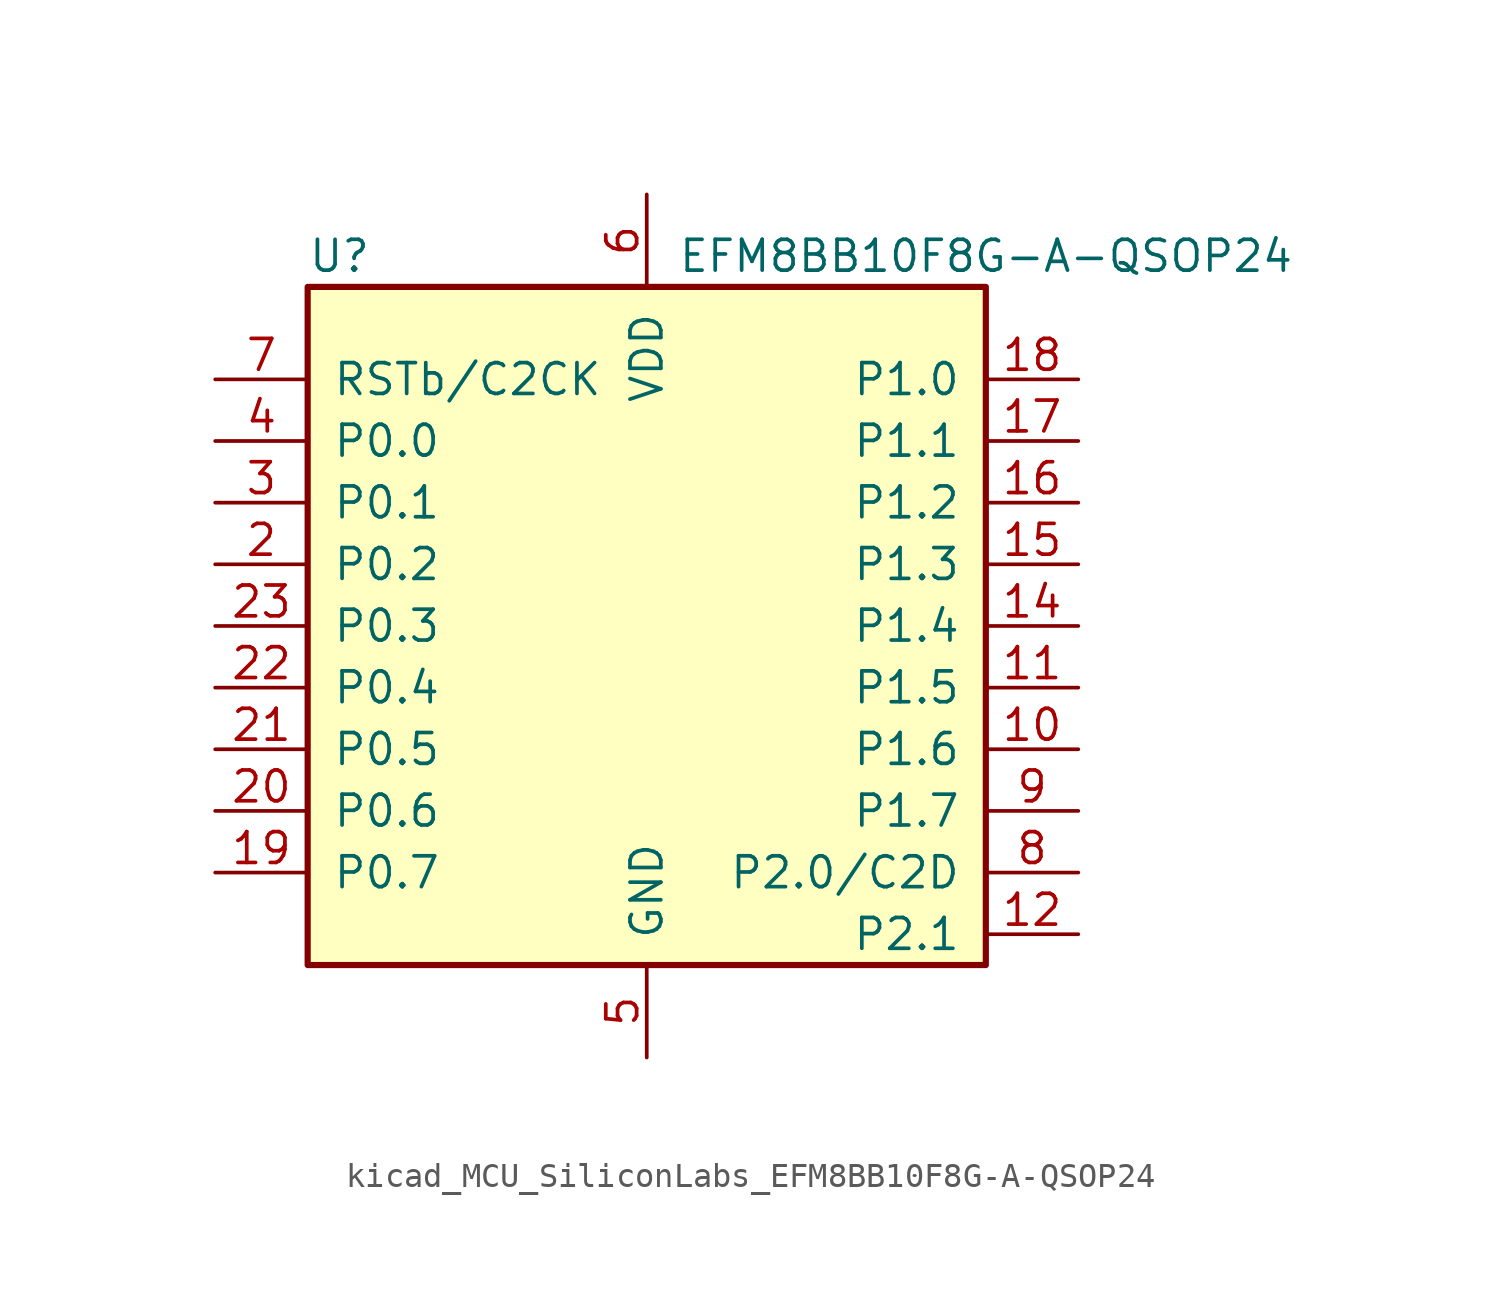
<source format=kicad_sym>
(kicad_symbol_lib
  (version 20220914)
  (generator kicad_symbol_editor)
  (symbol "kicad_MCU_SiliconLabs_EFM8BB10F8G-A-QSOP24"
    (pin_names
      (offset 1.016))
    (property "Reference" "U"
      (at -13.97 15.24 0)
      (effects (font (size 1.27 1.27)) (justify left)))
    (property "Value" "EFM8BB10F8G-A-QSOP24"
      (at 1.27 15.24 0)
      (effects (font (size 1.27 1.27)) (justify left)))
    (symbol "kicad_MCU_SiliconLabs_EFM8BB10F8G-A-QSOP24_0_1"
      (rectangle (start -13.97 13.97) (end 13.97 -13.97) (stroke (width 0.254) (type default)) (fill (type background)))
      (pin no_connect line (at 0 2.54 0) (length 3.81) hide (name "NC" (effects (font (size 1.27 1.27)))) (number "1" (effects (font (size 1.27 1.27)))))
      (pin bidirectional line (at 17.78 -5.08 180) (length 3.81) (name "P1.6" (effects (font (size 1.27 1.27)))) (number "10" (effects (font (size 1.27 1.27)))))
      (pin bidirectional line (at 17.78 -2.54 180) (length 3.81) (name "P1.5" (effects (font (size 1.27 1.27)))) (number "11" (effects (font (size 1.27 1.27)))))
      (pin bidirectional line (at 17.78 -12.7 180) (length 3.81) (name "P2.1" (effects (font (size 1.27 1.27)))) (number "12" (effects (font (size 1.27 1.27)))))
      (pin no_connect line (at 0 0 0) (length 3.81) hide (name "NC" (effects (font (size 1.27 1.27)))) (number "13" (effects (font (size 1.27 1.27)))))
      (pin bidirectional line (at 17.78 0 180) (length 3.81) (name "P1.4" (effects (font (size 1.27 1.27)))) (number "14" (effects (font (size 1.27 1.27)))))
      (pin bidirectional line (at 17.78 2.54 180) (length 3.81) (name "P1.3" (effects (font (size 1.27 1.27)))) (number "15" (effects (font (size 1.27 1.27)))))
      (pin bidirectional line (at 17.78 5.08 180) (length 3.81) (name "P1.2" (effects (font (size 1.27 1.27)))) (number "16" (effects (font (size 1.27 1.27)))))
      (pin bidirectional line (at 17.78 7.62 180) (length 3.81) (name "P1.1" (effects (font (size 1.27 1.27)))) (number "17" (effects (font (size 1.27 1.27)))))
      (pin bidirectional line (at 17.78 10.16 180) (length 3.81) (name "P1.0" (effects (font (size 1.27 1.27)))) (number "18" (effects (font (size 1.27 1.27)))))
      (pin bidirectional line (at -17.78 -10.16 0) (length 3.81) (name "P0.7" (effects (font (size 1.27 1.27)))) (number "19" (effects (font (size 1.27 1.27)))))
      (pin bidirectional line (at -17.78 2.54 0) (length 3.81) (name "P0.2" (effects (font (size 1.27 1.27)))) (number "2" (effects (font (size 1.27 1.27)))))
      (pin bidirectional line (at -17.78 -7.62 0) (length 3.81) (name "P0.6" (effects (font (size 1.27 1.27)))) (number "20" (effects (font (size 1.27 1.27)))))
      (pin bidirectional line (at -17.78 -5.08 0) (length 3.81) (name "P0.5" (effects (font (size 1.27 1.27)))) (number "21" (effects (font (size 1.27 1.27)))))
      (pin bidirectional line (at -17.78 -2.54 0) (length 3.81) (name "P0.4" (effects (font (size 1.27 1.27)))) (number "22" (effects (font (size 1.27 1.27)))))
      (pin bidirectional line (at -17.78 0 0) (length 3.81) (name "P0.3" (effects (font (size 1.27 1.27)))) (number "23" (effects (font (size 1.27 1.27)))))
      (pin no_connect line (at 0 -2.54 0) (length 3.81) hide (name "NC" (effects (font (size 1.27 1.27)))) (number "24" (effects (font (size 1.27 1.27)))))
      (pin bidirectional line (at -17.78 5.08 0) (length 3.81) (name "P0.1" (effects (font (size 1.27 1.27)))) (number "3" (effects (font (size 1.27 1.27)))))
      (pin bidirectional line (at -17.78 7.62 0) (length 3.81) (name "P0.0" (effects (font (size 1.27 1.27)))) (number "4" (effects (font (size 1.27 1.27)))))
      (pin power_in line (at 0 -17.78 90) (length 3.81) (name "GND" (effects (font (size 1.27 1.27)))) (number "5" (effects (font (size 1.27 1.27)))))
      (pin power_in line (at 0 17.78 270) (length 3.81) (name "VDD" (effects (font (size 1.27 1.27)))) (number "6" (effects (font (size 1.27 1.27)))))
      (pin input line (at -17.78 10.16 0) (length 3.81) (name "RSTb/C2CK" (effects (font (size 1.27 1.27)))) (number "7" (effects (font (size 1.27 1.27)))))
      (pin bidirectional line (at 17.78 -10.16 180) (length 3.81) (name "P2.0/C2D" (effects (font (size 1.27 1.27)))) (number "8" (effects (font (size 1.27 1.27)))))
      (pin bidirectional line (at 17.78 -7.62 180) (length 3.81) (name "P1.7" (effects (font (size 1.27 1.27)))) (number "9" (effects (font (size 1.27 1.27))))))))
</source>
